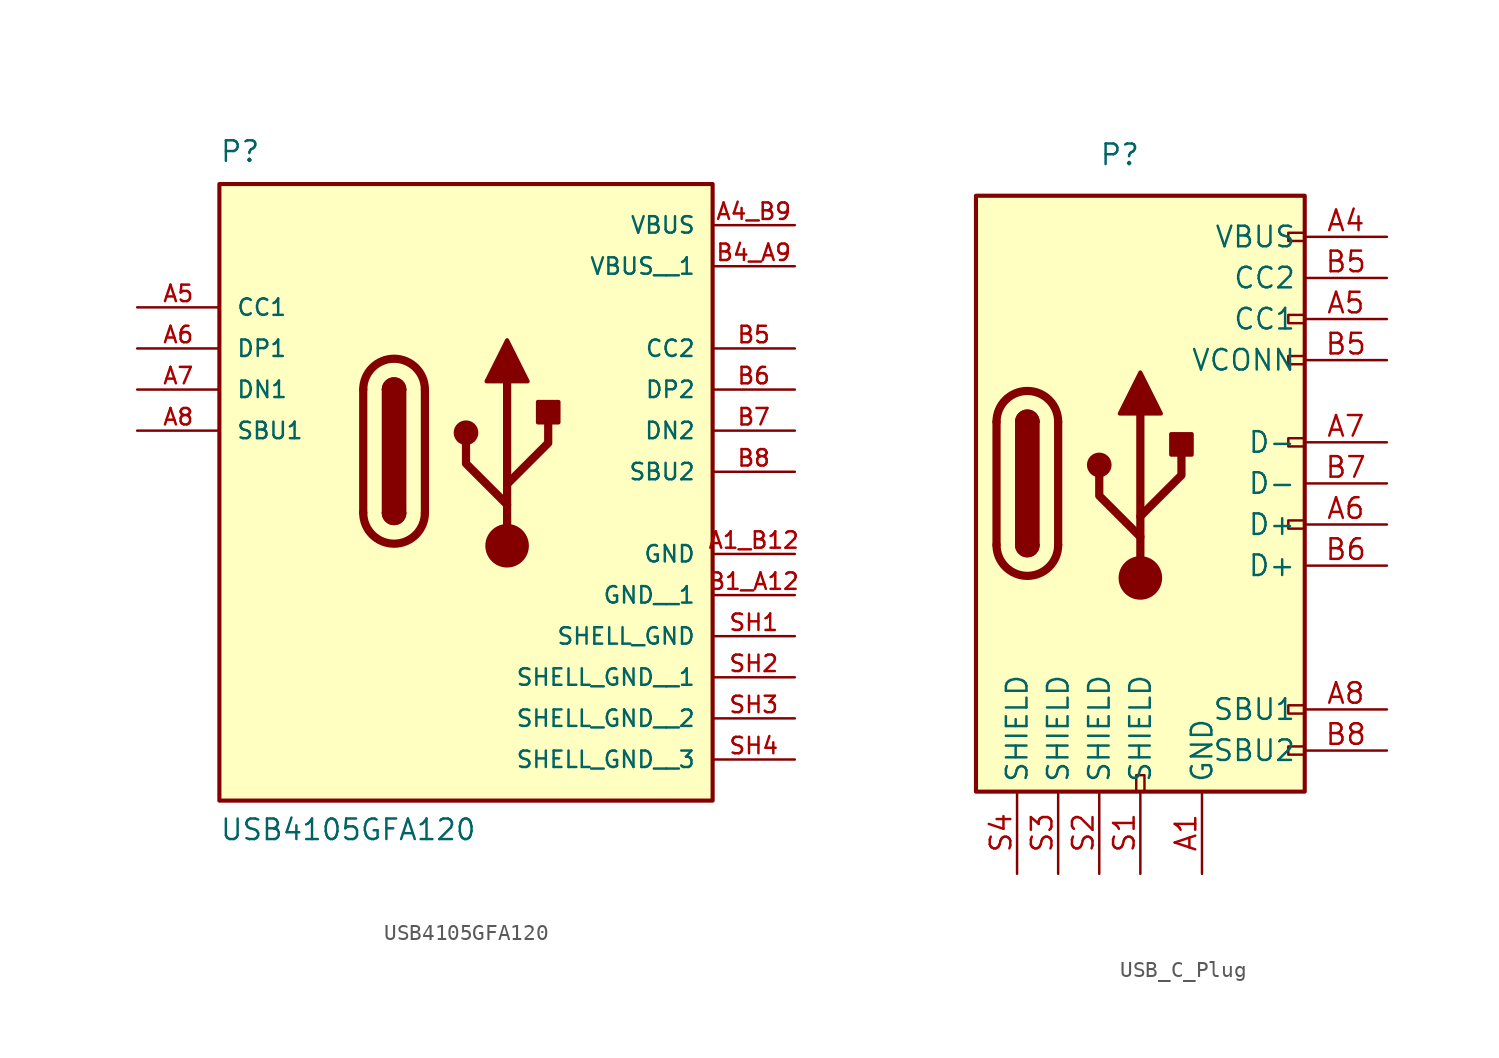
<source format=kicad_sym>
(kicad_symbol_lib
  (version 20231120)
  (generator "kicad_symbol_editor")
  (generator_version "8.0")
  (symbol "USB4105GFA120"
    (pin_names
      (offset 1.016))
    (property "Reference" "P"
      (at -15.24 13.97 0)
      (effects (font (size 1.27 1.27)) (justify left bottom)))
    (property "Value" "USB4105GFA120"
      (at -15.24 -27.94 0)
      (effects (font (size 1.27 1.27)) (justify left bottom)))
    (symbol "USB4105GFA120_0_0"
      (rectangle (start -15.24 12.7) (end 15.24 -25.4) (stroke (width 0.254) (type default)) (fill (type background)))
      (pin power_in line (at 20.32 -10.16 180) (length 5.08) (name "GND" (effects (font (size 1.016 1.016)))) (number "A1_B12" (effects (font (size 1.016 1.016)))))
      (pin power_in line (at 20.32 10.16 180) (length 5.08) (name "VBUS" (effects (font (size 1.016 1.016)))) (number "A4_B9" (effects (font (size 1.016 1.016)))))
      (pin bidirectional line (at -20.32 5.08 0) (length 5.08) (name "CC1" (effects (font (size 1.016 1.016)))) (number "A5" (effects (font (size 1.016 1.016)))))
      (pin bidirectional line (at -20.32 2.54 0) (length 5.08) (name "DP1" (effects (font (size 1.016 1.016)))) (number "A6" (effects (font (size 1.016 1.016)))))
      (pin bidirectional line (at -20.32 0 0) (length 5.08) (name "DN1" (effects (font (size 1.016 1.016)))) (number "A7" (effects (font (size 1.016 1.016)))))
      (pin bidirectional line (at -20.32 -2.54 0) (length 5.08) (name "SBU1" (effects (font (size 1.016 1.016)))) (number "A8" (effects (font (size 1.016 1.016)))))
      (pin power_in line (at 20.32 -12.7 180) (length 5.08) (name "GND__1" (effects (font (size 1.016 1.016)))) (number "B1_A12" (effects (font (size 1.016 1.016)))))
      (pin power_in line (at 20.32 7.62 180) (length 5.08) (name "VBUS__1" (effects (font (size 1.016 1.016)))) (number "B4_A9" (effects (font (size 1.016 1.016)))))
      (pin bidirectional line (at 20.32 2.54 180) (length 5.08) (name "CC2" (effects (font (size 1.016 1.016)))) (number "B5" (effects (font (size 1.016 1.016)))))
      (pin bidirectional line (at 20.32 0 180) (length 5.08) (name "DP2" (effects (font (size 1.016 1.016)))) (number "B6" (effects (font (size 1.016 1.016)))))
      (pin bidirectional line (at 20.32 -2.54 180) (length 5.08) (name "DN2" (effects (font (size 1.016 1.016)))) (number "B7" (effects (font (size 1.016 1.016)))))
      (pin bidirectional line (at 20.32 -5.08 180) (length 5.08) (name "SBU2" (effects (font (size 1.016 1.016)))) (number "B8" (effects (font (size 1.016 1.016)))))
      (pin power_in line (at 20.32 -15.24 180) (length 5.08) (name "SHELL_GND" (effects (font (size 1.016 1.016)))) (number "SH1" (effects (font (size 1.016 1.016)))))
      (pin power_in line (at 20.32 -17.78 180) (length 5.08) (name "SHELL_GND__1" (effects (font (size 1.016 1.016)))) (number "SH2" (effects (font (size 1.016 1.016)))))
      (pin power_in line (at 20.32 -20.32 180) (length 5.08) (name "SHELL_GND__2" (effects (font (size 1.016 1.016)))) (number "SH3" (effects (font (size 1.016 1.016)))))
      (pin power_in line (at 20.32 -22.86 180) (length 5.08) (name "SHELL_GND__3" (effects (font (size 1.016 1.016)))) (number "SH4" (effects (font (size 1.016 1.016))))))
    (symbol "USB4105GFA120_0_1"
      (arc (start -6.35 -7.62) (mid -4.445 -9.5167) (end -2.54 -7.62) (stroke (width 0.508) (type default)) (fill (type none)))
      (arc (start -5.08 -7.62) (mid -4.445 -8.2523) (end -3.81 -7.62) (stroke (width 0.254) (type default)) (fill (type none)))
      (arc (start -5.08 -7.62) (mid -4.445 -8.2523) (end -3.81 -7.62) (stroke (width 0.254) (type default)) (fill (type outline)))
      (rectangle (start -5.08 -7.62) (end -3.81 0) (stroke (width 0.254) (type default)) (fill (type outline)))
      (arc (start -3.81 0) (mid -4.445 0.6323) (end -5.08 0) (stroke (width 0.254) (type default)) (fill (type none)))
      (arc (start -3.81 0) (mid -4.445 0.6323) (end -5.08 0) (stroke (width 0.254) (type default)) (fill (type outline)))
      (arc (start -2.54 0) (mid -4.445 1.8967) (end -6.35 0) (stroke (width 0.508) (type default)) (fill (type none)))
      (polyline (pts (xy -6.35 -7.62) (xy -6.35 0)) (stroke (width 0.508) (type default)) (fill (type none)))
      (polyline (pts (xy -2.54 0) (xy -2.54 -7.62)) (stroke (width 0.508) (type default)) (fill (type none))))
    (symbol "USB4105GFA120_1_1"
      (circle (center 0 -2.667) (radius 0.635) (stroke (width 0.254) (type default)) (fill (type outline)))
      (polyline (pts (xy 2.54 -9.652) (xy 2.54 0.508)) (stroke (width 0.508) (type default)) (fill (type none)))
      (polyline (pts (xy 2.54 -7.112) (xy 0 -4.572) (xy 0 -3.302)) (stroke (width 0.508) (type default)) (fill (type none)))
      (polyline (pts (xy 2.54 -5.842) (xy 5.08 -3.302) (xy 5.08 -2.032)) (stroke (width 0.508) (type default)) (fill (type none)))
      (polyline (pts (xy 1.27 0.508) (xy 2.54 3.048) (xy 3.81 0.508) (xy 1.27 0.508)) (stroke (width 0.254) (type default)) (fill (type outline)))
      (circle (center 2.54 -9.652) (radius 1.27) (stroke (width 0) (type default)) (fill (type outline)))
      (rectangle (start 4.445 -2.032) (end 5.715 -0.762) (stroke (width 0.254) (type default)) (fill (type outline)))))
  (symbol "USB_C_Plug"
    (property "Reference" "P"
      (at 0 2.54 0)
      (effects (font (size 1.27 1.27))))
    (property "Value" ""
      (at 0 0 0)
      (effects (font (size 1.27 1.27))))
    (symbol "USB_C_Plug_0_0"
      (rectangle (start 1.016 -36.83) (end 1.524 -35.814) (stroke (width 0) (type default)) (fill (type none)))
      (rectangle (start 10.414 -14.986) (end 11.43 -15.494) (stroke (width 0) (type default)) (fill (type none)))
      (rectangle (start 11.43 -34.036) (end 10.414 -34.544) (stroke (width 0) (type default)) (fill (type none)))
      (rectangle (start 11.43 -31.496) (end 10.414 -32.004) (stroke (width 0) (type default)) (fill (type none)))
      (rectangle (start 11.43 -20.066) (end 10.414 -20.574) (stroke (width 0) (type default)) (fill (type none)))
      (rectangle (start 11.43 -9.906) (end 10.414 -10.414) (stroke (width 0) (type default)) (fill (type none)))
      (rectangle (start 11.43 -7.366) (end 10.414 -7.874) (stroke (width 0) (type default)) (fill (type none)))
      (rectangle (start 11.43 -2.286) (end 10.414 -2.794) (stroke (width 0) (type default)) (fill (type none))))
    (symbol "USB_C_Plug_0_1"
      (rectangle (start -8.89 0) (end 11.43 -36.83) (stroke (width 0.254) (type default)) (fill (type background)))
      (arc (start -7.62 -21.59) (mid -5.715 -23.4867) (end -3.81 -21.59) (stroke (width 0.508) (type default)) (fill (type none)))
      (arc (start -6.35 -21.59) (mid -5.715 -22.2223) (end -5.08 -21.59) (stroke (width 0.254) (type default)) (fill (type none)))
      (arc (start -6.35 -21.59) (mid -5.715 -22.2223) (end -5.08 -21.59) (stroke (width 0.254) (type default)) (fill (type outline)))
      (rectangle (start -6.35 -21.59) (end -5.08 -13.97) (stroke (width 0.254) (type default)) (fill (type outline)))
      (arc (start -5.08 -13.97) (mid -5.715 -13.3377) (end -6.35 -13.97) (stroke (width 0.254) (type default)) (fill (type none)))
      (arc (start -5.08 -13.97) (mid -5.715 -13.3377) (end -6.35 -13.97) (stroke (width 0.254) (type default)) (fill (type outline)))
      (arc (start -3.81 -13.97) (mid -5.715 -12.0733) (end -7.62 -13.97) (stroke (width 0.508) (type default)) (fill (type none)))
      (polyline (pts (xy -7.62 -21.59) (xy -7.62 -13.97)) (stroke (width 0.508) (type default)) (fill (type none)))
      (polyline (pts (xy -3.81 -13.97) (xy -3.81 -21.59)) (stroke (width 0.508) (type default)) (fill (type none))))
    (symbol "USB_C_Plug_1_1"
      (circle (center -1.27 -16.637) (radius 0.635) (stroke (width 0.254) (type default)) (fill (type outline)))
      (polyline (pts (xy 1.27 -23.622) (xy 1.27 -13.462)) (stroke (width 0.508) (type default)) (fill (type none)))
      (polyline (pts (xy 1.27 -21.082) (xy -1.27 -18.542) (xy -1.27 -17.272)) (stroke (width 0.508) (type default)) (fill (type none)))
      (polyline (pts (xy 1.27 -19.812) (xy 3.81 -17.272) (xy 3.81 -16.002)) (stroke (width 0.508) (type default)) (fill (type none)))
      (polyline (pts (xy 0 -13.462) (xy 1.27 -10.922) (xy 2.54 -13.462) (xy 0 -13.462)) (stroke (width 0.254) (type default)) (fill (type outline)))
      (circle (center 1.27 -23.622) (radius 1.27) (stroke (width 0) (type default)) (fill (type outline)))
      (rectangle (start 3.175 -16.002) (end 4.445 -14.732) (stroke (width 0.254) (type default)) (fill (type outline)))
      (pin passive line (at 5.08 -41.91 90) (length 5.08) (name "GND" (effects (font (size 1.27 1.27)))) (number "A1" (effects (font (size 1.27 1.27)))))
      (pin passive line (at 5.08 -41.91 90) (length 5.08) hide (name "GND" (effects (font (size 1.27 1.27)))) (number "A12" (effects (font (size 1.27 1.27)))))
      (pin power_out line (at 16.51 -2.54 180) (length 5.08) (name "VBUS" (effects (font (size 1.27 1.27)))) (number "A4" (effects (font (size 1.27 1.27)))))
      (pin bidirectional line (at 16.51 -7.62 180) (length 5.08) (name "CC1" (effects (font (size 1.27 1.27)))) (number "A5" (effects (font (size 1.27 1.27)))))
      (pin bidirectional line (at 16.51 -20.32 180) (length 5.08) (name "D+" (effects (font (size 1.27 1.27)))) (number "A6" (effects (font (size 1.27 1.27)))))
      (pin bidirectional line (at 16.51 -15.24 180) (length 5.08) (name "D-" (effects (font (size 1.27 1.27)))) (number "A7" (effects (font (size 1.27 1.27)))))
      (pin bidirectional line (at 16.51 -31.75 180) (length 5.08) (name "SBU1" (effects (font (size 1.27 1.27)))) (number "A8" (effects (font (size 1.27 1.27)))))
      (pin passive line (at 16.51 -2.54 180) (length 5.08) hide (name "VBUS" (effects (font (size 1.27 1.27)))) (number "A9" (effects (font (size 1.27 1.27)))))
      (pin passive line (at 5.08 -41.91 90) (length 5.08) hide (name "GND" (effects (font (size 1.27 1.27)))) (number "B1" (effects (font (size 1.27 1.27)))))
      (pin passive line (at 5.08 -41.91 90) (length 5.08) hide (name "GND" (effects (font (size 1.27 1.27)))) (number "B12" (effects (font (size 1.27 1.27)))))
      (pin passive line (at 16.51 -2.54 180) (length 5.08) hide (name "VBUS" (effects (font (size 1.27 1.27)))) (number "B4" (effects (font (size 1.27 1.27)))))
      (pin bidirectional line (at 16.51 -5.08 180) (length 5.08) (name "CC2" (effects (font (size 1.27 1.27)))) (number "B5" (effects (font (size 1.27 1.27)))))
      (pin bidirectional line (at 16.51 -10.16 180) (length 5.08) (name "VCONN" (effects (font (size 1.27 1.27)))) (number "B5" (effects (font (size 1.27 1.27)))))
      (pin bidirectional line (at 16.51 -22.86 180) (length 5.08) (name "D+" (effects (font (size 1.27 1.27)))) (number "B6" (effects (font (size 1.27 1.27)))))
      (pin bidirectional line (at 16.51 -17.78 180) (length 5.08) (name "D-" (effects (font (size 1.27 1.27)))) (number "B7" (effects (font (size 1.27 1.27)))))
      (pin bidirectional line (at 16.51 -34.29 180) (length 5.08) (name "SBU2" (effects (font (size 1.27 1.27)))) (number "B8" (effects (font (size 1.27 1.27)))))
      (pin passive line (at 16.51 -2.54 180) (length 5.08) hide (name "VBUS" (effects (font (size 1.27 1.27)))) (number "B9" (effects (font (size 1.27 1.27)))))
      (pin passive line (at 1.27 -41.91 90) (length 5.08) (name "SHIELD" (effects (font (size 1.27 1.27)))) (number "S1" (effects (font (size 1.27 1.27)))))
      (pin passive line (at -1.27 -41.91 90) (length 5.08) (name "SHIELD" (effects (font (size 1.27 1.27)))) (number "S2" (effects (font (size 1.27 1.27)))))
      (pin passive line (at -3.81 -41.91 90) (length 5.08) (name "SHIELD" (effects (font (size 1.27 1.27)))) (number "S3" (effects (font (size 1.27 1.27)))))
      (pin passive line (at -6.35 -41.91 90) (length 5.08) (name "SHIELD" (effects (font (size 1.27 1.27)))) (number "S4" (effects (font (size 1.27 1.27))))))))
</source>
